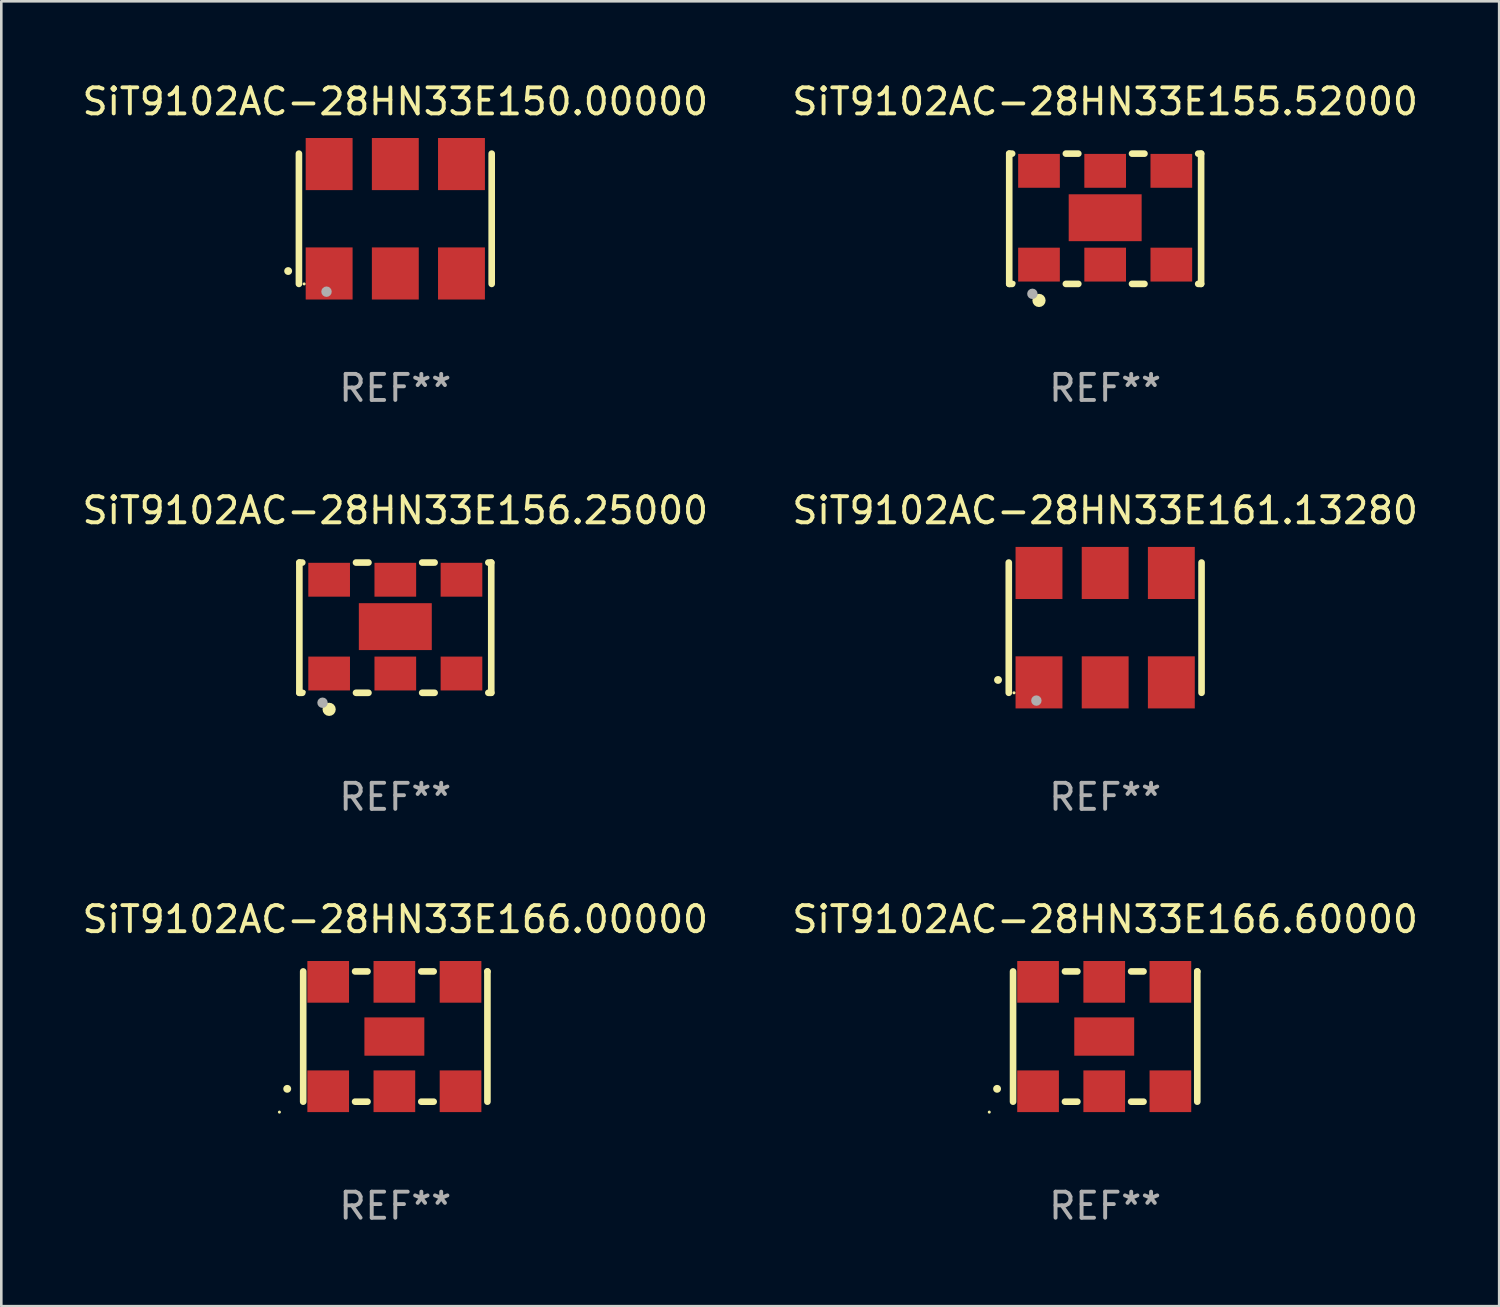
<source format=kicad_pcb>
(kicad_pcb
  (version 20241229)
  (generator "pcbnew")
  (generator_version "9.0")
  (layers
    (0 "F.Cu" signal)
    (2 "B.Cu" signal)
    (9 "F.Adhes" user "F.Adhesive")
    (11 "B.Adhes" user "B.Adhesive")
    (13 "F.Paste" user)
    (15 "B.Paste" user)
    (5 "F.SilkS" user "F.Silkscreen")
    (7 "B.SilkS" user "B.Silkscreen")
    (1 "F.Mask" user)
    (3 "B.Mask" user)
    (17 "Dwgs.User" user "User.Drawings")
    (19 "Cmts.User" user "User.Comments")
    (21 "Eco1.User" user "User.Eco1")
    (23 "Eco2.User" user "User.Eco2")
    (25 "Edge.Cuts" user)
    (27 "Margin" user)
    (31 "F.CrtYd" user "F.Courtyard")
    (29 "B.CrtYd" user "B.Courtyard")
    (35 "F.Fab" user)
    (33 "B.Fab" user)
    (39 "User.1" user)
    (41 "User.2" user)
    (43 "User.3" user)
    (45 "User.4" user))
  (footprint "SiT9102AC-28HN33E155.52000"
    (layer "F.Cu")
    (at 39.375 5.348)
    (property "Reference" "SiT9102AC-28HN33E155.52000" (at 0 -4.5 0) (layer "F.SilkS") (effects (font (size 1 1) (thickness 0.15))))
    (attr through_hole)
    (fp_line (start -3.683 -2.5) (end -3.571 -2.5) (stroke (width 0.254) (type solid)) (layer "F.SilkS"))
    (fp_line (start -3.683 2.5) (end -3.683 -2.5) (stroke (width 0.254) (type solid)) (layer "F.SilkS"))
    (fp_line (start -3.683 2.5) (end -3.571 2.5) (stroke (width 0.254) (type solid)) (layer "F.SilkS"))
    (fp_line (start -1.509 -2.5) (end -1.031 -2.5) (stroke (width 0.254) (type solid)) (layer "F.SilkS"))
    (fp_line (start -1.509 2.5) (end -1.031 2.5) (stroke (width 0.254) (type solid)) (layer "F.SilkS"))
    (fp_line (start 1.031 -2.5) (end 1.509 -2.5) (stroke (width 0.254) (type solid)) (layer "F.SilkS"))
    (fp_line (start 1.031 2.5) (end 1.509 2.5) (stroke (width 0.254) (type solid)) (layer "F.SilkS"))
    (fp_line (start 3.571 -2.5) (end 3.683 -2.5) (stroke (width 0.254) (type solid)) (layer "F.SilkS"))
    (fp_line (start 3.571 2.5) (end 3.683 2.5) (stroke (width 0.254) (type solid)) (layer "F.SilkS"))
    (fp_line (start 3.683 2.5) (end 3.683 -2.5) (stroke (width 0.254) (type solid)) (layer "F.SilkS"))
    (fp_circle (center -3.5 2.46) (end -3.47 2.46) (stroke (width 0.06) (type solid)) (fill no) (layer "F.SilkS"))
    (fp_circle (center -2.54 3.135) (end -2.413 3.135) (stroke (width 0.254) (type solid)) (fill no) (layer "F.SilkS"))
    (fp_circle (center -2.794 2.881) (end -2.694 2.881) (stroke (width 0.2) (type solid)) (fill no) (layer "F.Fab"))
    (fp_text user "REF**" (at 0 6.5 0) (layer "F.Fab") (effects (font (size 1 1) (thickness 0.15))))
    (pad "1" smd rect (at -2.54 1.76) (size 1.6 1.3) (layers "F.Cu" "F.Mask" "F.Paste"))
    (pad "2" smd rect (at 0 1.76) (size 1.6 1.3) (layers "F.Cu" "F.Mask" "F.Paste"))
    (pad "3" smd rect (at 2.54 1.76) (size 1.6 1.3) (layers "F.Cu" "F.Mask" "F.Paste"))
    (pad "4" smd rect (at 2.54 -1.84) (size 1.6 1.3) (layers "F.Cu" "F.Mask" "F.Paste"))
    (pad "5" smd rect (at 0 -1.84) (size 1.6 1.3) (layers "F.Cu" "F.Mask" "F.Paste"))
    (pad "6" smd rect (at -2.54 -1.84) (size 1.6 1.3) (layers "F.Cu" "F.Mask" "F.Paste"))
    (pad "7" smd rect (at 0 -0.04) (size 2.8 1.8) (layers "F.Cu" "F.Mask" "F.Paste")))
  (footprint "SiT9102AC-28HN33E150.00000"
    (layer "F.Cu")
    (at 12.125 5.348)
    (property "Reference" "SiT9102AC-28HN33E150.00000" (at 0 -4.5 0) (layer "F.SilkS") (effects (font (size 1 1) (thickness 0.15))))
    (attr through_hole)
    (fp_line (start -3.7 -2.5) (end -3.7 2.5) (stroke (width 0.254) (type solid)) (layer "F.SilkS"))
    (fp_line (start 3.7 -2.5) (end 3.7 2.5) (stroke (width 0.254) (type solid)) (layer "F.SilkS"))
    (fp_arc (start -4.114415 2.006604) (mid -4.113145 2.006599) (end -4.111875 2.006604) (stroke (width 0.3) (type solid)) (layer "F.SilkS"))
    (fp_circle (center -3.5 2.501) (end -3.47 2.501) (stroke (width 0.06) (type solid)) (fill no) (layer "F.SilkS"))
    (fp_circle (center -2.641 2.799) (end -2.541 2.799) (stroke (width 0.2) (type solid)) (fill no) (layer "F.Fab"))
    (fp_text user "REF**" (at 0 6.5 0) (layer "F.Fab") (effects (font (size 1 1) (thickness 0.15))))
    (pad "1" smd rect (at -2.54 2.1) (size 1.8 2) (layers "F.Cu" "F.Mask" "F.Paste"))
    (pad "2" smd rect (at 0.000394 2.1) (size 1.8 2) (layers "F.Cu" "F.Mask" "F.Paste"))
    (pad "3" smd rect (at 2.54 2.1) (size 1.8 2) (layers "F.Cu" "F.Mask" "F.Paste"))
    (pad "4" smd rect (at 2.54 -2.1) (size 1.8 2) (layers "F.Cu" "F.Mask" "F.Paste"))
    (pad "5" smd rect (at 0.000394 -2.1) (size 1.8 2) (layers "F.Cu" "F.Mask" "F.Paste"))
    (pad "6" smd rect (at -2.54 -2.1) (size 1.8 2) (layers "F.Cu" "F.Mask" "F.Paste")))
  (footprint "SiT9102AC-28HN33E166.60000"
    (layer "F.Cu")
    (at 39.375 36.741)
    (property "Reference" "SiT9102AC-28HN33E166.60000" (at 0 -4.5 0) (layer "F.SilkS") (effects (font (size 1 1) (thickness 0.15))))
    (attr through_hole)
    (fp_line (start -3.536 -2.5) (end -3.536 2.5) (stroke (width 0.254) (type solid)) (layer "F.SilkS"))
    (fp_line (start -1.544 2.5) (end -1.067 2.5) (stroke (width 0.254) (type solid)) (layer "F.SilkS"))
    (fp_line (start -1.067 -2.5) (end -1.544 -2.5) (stroke (width 0.254) (type solid)) (layer "F.SilkS"))
    (fp_line (start 0.996 2.5) (end 1.473 2.5) (stroke (width 0.254) (type solid)) (layer "F.SilkS"))
    (fp_line (start 1.473 -2.5) (end 0.996 -2.5) (stroke (width 0.254) (type solid)) (layer "F.SilkS"))
    (fp_line (start 3.536 -2.5) (end 3.536 -2.5) (stroke (width 0.254) (type solid)) (layer "F.SilkS"))
    (fp_line (start 3.536 2.5) (end 3.536 -2.5) (stroke (width 0.254) (type solid)) (layer "F.SilkS"))
    (fp_arc (start -4.150432 2.006604) (mid -4.149162 2.006599) (end -4.147892 2.006604) (stroke (width 0.3) (type solid)) (layer "F.SilkS"))
    (fp_circle (center -4.449 2.9) (end -4.419 2.9) (stroke (width 0.06) (type solid)) (fill no) (layer "F.SilkS"))
    (fp_text user "REF**" (at 0 6.5 0) (layer "F.Fab") (effects (font (size 1 1) (thickness 0.15))))
    (pad "1" smd rect (at -2.576 2.1) (size 1.6 1.6) (layers "F.Cu" "F.Mask" "F.Paste"))
    (pad "2" smd rect (at -0.036 2.1) (size 1.6 1.6) (layers "F.Cu" "F.Mask" "F.Paste"))
    (pad "3" smd rect (at 2.504 2.1) (size 1.6 1.6) (layers "F.Cu" "F.Mask" "F.Paste"))
    (pad "4" smd rect (at 2.504 -2.1) (size 1.6 1.6) (layers "F.Cu" "F.Mask" "F.Paste"))
    (pad "5" smd rect (at -0.036 -2.1) (size 1.6 1.6) (layers "F.Cu" "F.Mask" "F.Paste"))
    (pad "6" smd rect (at -2.576 -2.1) (size 1.6 1.6) (layers "F.Cu" "F.Mask" "F.Paste"))
    (pad "7" smd rect (at -0.036 0) (size 2.3 1.47) (layers "F.Cu" "F.Mask" "F.Paste")))
  (footprint "SiT9102AC-28HN33E156.25000"
    (layer "F.Cu")
    (at 12.125 21.045)
    (property "Reference" "SiT9102AC-28HN33E156.25000" (at 0 -4.5 0) (layer "F.SilkS") (effects (font (size 1 1) (thickness 0.15))))
    (attr through_hole)
    (fp_line (start -3.683 -2.5) (end -3.571 -2.5) (stroke (width 0.254) (type solid)) (layer "F.SilkS"))
    (fp_line (start -3.683 2.5) (end -3.683 -2.5) (stroke (width 0.254) (type solid)) (layer "F.SilkS"))
    (fp_line (start -3.683 2.5) (end -3.571 2.5) (stroke (width 0.254) (type solid)) (layer "F.SilkS"))
    (fp_line (start -1.509 -2.5) (end -1.031 -2.5) (stroke (width 0.254) (type solid)) (layer "F.SilkS"))
    (fp_line (start -1.509 2.5) (end -1.031 2.5) (stroke (width 0.254) (type solid)) (layer "F.SilkS"))
    (fp_line (start 1.031 -2.5) (end 1.509 -2.5) (stroke (width 0.254) (type solid)) (layer "F.SilkS"))
    (fp_line (start 1.031 2.5) (end 1.509 2.5) (stroke (width 0.254) (type solid)) (layer "F.SilkS"))
    (fp_line (start 3.571 -2.5) (end 3.683 -2.5) (stroke (width 0.254) (type solid)) (layer "F.SilkS"))
    (fp_line (start 3.571 2.5) (end 3.683 2.5) (stroke (width 0.254) (type solid)) (layer "F.SilkS"))
    (fp_line (start 3.683 2.5) (end 3.683 -2.5) (stroke (width 0.254) (type solid)) (layer "F.SilkS"))
    (fp_circle (center -3.5 2.46) (end -3.47 2.46) (stroke (width 0.06) (type solid)) (fill no) (layer "F.SilkS"))
    (fp_circle (center -2.54 3.135) (end -2.413 3.135) (stroke (width 0.254) (type solid)) (fill no) (layer "F.SilkS"))
    (fp_circle (center -2.794 2.881) (end -2.694 2.881) (stroke (width 0.2) (type solid)) (fill no) (layer "F.Fab"))
    (fp_text user "REF**" (at 0 6.5 0) (layer "F.Fab") (effects (font (size 1 1) (thickness 0.15))))
    (pad "1" smd rect (at -2.54 1.76) (size 1.6 1.3) (layers "F.Cu" "F.Mask" "F.Paste"))
    (pad "2" smd rect (at 0 1.76) (size 1.6 1.3) (layers "F.Cu" "F.Mask" "F.Paste"))
    (pad "3" smd rect (at 2.54 1.76) (size 1.6 1.3) (layers "F.Cu" "F.Mask" "F.Paste"))
    (pad "4" smd rect (at 2.54 -1.84) (size 1.6 1.3) (layers "F.Cu" "F.Mask" "F.Paste"))
    (pad "5" smd rect (at 0 -1.84) (size 1.6 1.3) (layers "F.Cu" "F.Mask" "F.Paste"))
    (pad "6" smd rect (at -2.54 -1.84) (size 1.6 1.3) (layers "F.Cu" "F.Mask" "F.Paste"))
    (pad "7" smd rect (at 0 -0.04) (size 2.8 1.8) (layers "F.Cu" "F.Mask" "F.Paste")))
  (footprint "SiT9102AC-28HN33E161.13280"
    (layer "F.Cu")
    (at 39.375 21.045)
    (property "Reference" "SiT9102AC-28HN33E161.13280" (at 0 -4.5 0) (layer "F.SilkS") (effects (font (size 1 1) (thickness 0.15))))
    (attr through_hole)
    (fp_line (start -3.7 -2.5) (end -3.7 2.5) (stroke (width 0.254) (type solid)) (layer "F.SilkS"))
    (fp_line (start 3.7 -2.5) (end 3.7 2.5) (stroke (width 0.254) (type solid)) (layer "F.SilkS"))
    (fp_arc (start -4.114415 2.006604) (mid -4.113145 2.006599) (end -4.111875 2.006604) (stroke (width 0.3) (type solid)) (layer "F.SilkS"))
    (fp_circle (center -3.5 2.501) (end -3.47 2.501) (stroke (width 0.06) (type solid)) (fill no) (layer "F.SilkS"))
    (fp_circle (center -2.641 2.799) (end -2.541 2.799) (stroke (width 0.2) (type solid)) (fill no) (layer "F.Fab"))
    (fp_text user "REF**" (at 0 6.5 0) (layer "F.Fab") (effects (font (size 1 1) (thickness 0.15))))
    (pad "1" smd rect (at -2.54 2.1) (size 1.8 2) (layers "F.Cu" "F.Mask" "F.Paste"))
    (pad "2" smd rect (at 0.000394 2.1) (size 1.8 2) (layers "F.Cu" "F.Mask" "F.Paste"))
    (pad "3" smd rect (at 2.54 2.1) (size 1.8 2) (layers "F.Cu" "F.Mask" "F.Paste"))
    (pad "4" smd rect (at 2.54 -2.1) (size 1.8 2) (layers "F.Cu" "F.Mask" "F.Paste"))
    (pad "5" smd rect (at 0.000394 -2.1) (size 1.8 2) (layers "F.Cu" "F.Mask" "F.Paste"))
    (pad "6" smd rect (at -2.54 -2.1) (size 1.8 2) (layers "F.Cu" "F.Mask" "F.Paste")))
  (footprint "SiT9102AC-28HN33E166.00000"
    (layer "F.Cu")
    (at 12.125 36.741)
    (property "Reference" "SiT9102AC-28HN33E166.00000" (at 0 -4.5 0) (layer "F.SilkS") (effects (font (size 1 1) (thickness 0.15))))
    (attr through_hole)
    (fp_line (start -3.536 -2.5) (end -3.536 2.5) (stroke (width 0.254) (type solid)) (layer "F.SilkS"))
    (fp_line (start -1.544 2.5) (end -1.067 2.5) (stroke (width 0.254) (type solid)) (layer "F.SilkS"))
    (fp_line (start -1.067 -2.5) (end -1.544 -2.5) (stroke (width 0.254) (type solid)) (layer "F.SilkS"))
    (fp_line (start 0.996 2.5) (end 1.473 2.5) (stroke (width 0.254) (type solid)) (layer "F.SilkS"))
    (fp_line (start 1.473 -2.5) (end 0.996 -2.5) (stroke (width 0.254) (type solid)) (layer "F.SilkS"))
    (fp_line (start 3.536 -2.5) (end 3.536 -2.5) (stroke (width 0.254) (type solid)) (layer "F.SilkS"))
    (fp_line (start 3.536 2.5) (end 3.536 -2.5) (stroke (width 0.254) (type solid)) (layer "F.SilkS"))
    (fp_arc (start -4.150432 2.006604) (mid -4.149162 2.006599) (end -4.147892 2.006604) (stroke (width 0.3) (type solid)) (layer "F.SilkS"))
    (fp_circle (center -4.449 2.9) (end -4.419 2.9) (stroke (width 0.06) (type solid)) (fill no) (layer "F.SilkS"))
    (fp_text user "REF**" (at 0 6.5 0) (layer "F.Fab") (effects (font (size 1 1) (thickness 0.15))))
    (pad "1" smd rect (at -2.576 2.1) (size 1.6 1.6) (layers "F.Cu" "F.Mask" "F.Paste"))
    (pad "2" smd rect (at -0.036 2.1) (size 1.6 1.6) (layers "F.Cu" "F.Mask" "F.Paste"))
    (pad "3" smd rect (at 2.504 2.1) (size 1.6 1.6) (layers "F.Cu" "F.Mask" "F.Paste"))
    (pad "4" smd rect (at 2.504 -2.1) (size 1.6 1.6) (layers "F.Cu" "F.Mask" "F.Paste"))
    (pad "5" smd rect (at -0.036 -2.1) (size 1.6 1.6) (layers "F.Cu" "F.Mask" "F.Paste"))
    (pad "6" smd rect (at -2.576 -2.1) (size 1.6 1.6) (layers "F.Cu" "F.Mask" "F.Paste"))
    (pad "7" smd rect (at -0.036 0) (size 2.3 1.47) (layers "F.Cu" "F.Mask" "F.Paste")))
  (gr_rect
    (start -3 -3)
    (end 54.5 47.09)
    (stroke (width 0.1) (type default))
    (fill no)
    (layer "Edge.Cuts")))
</source>
